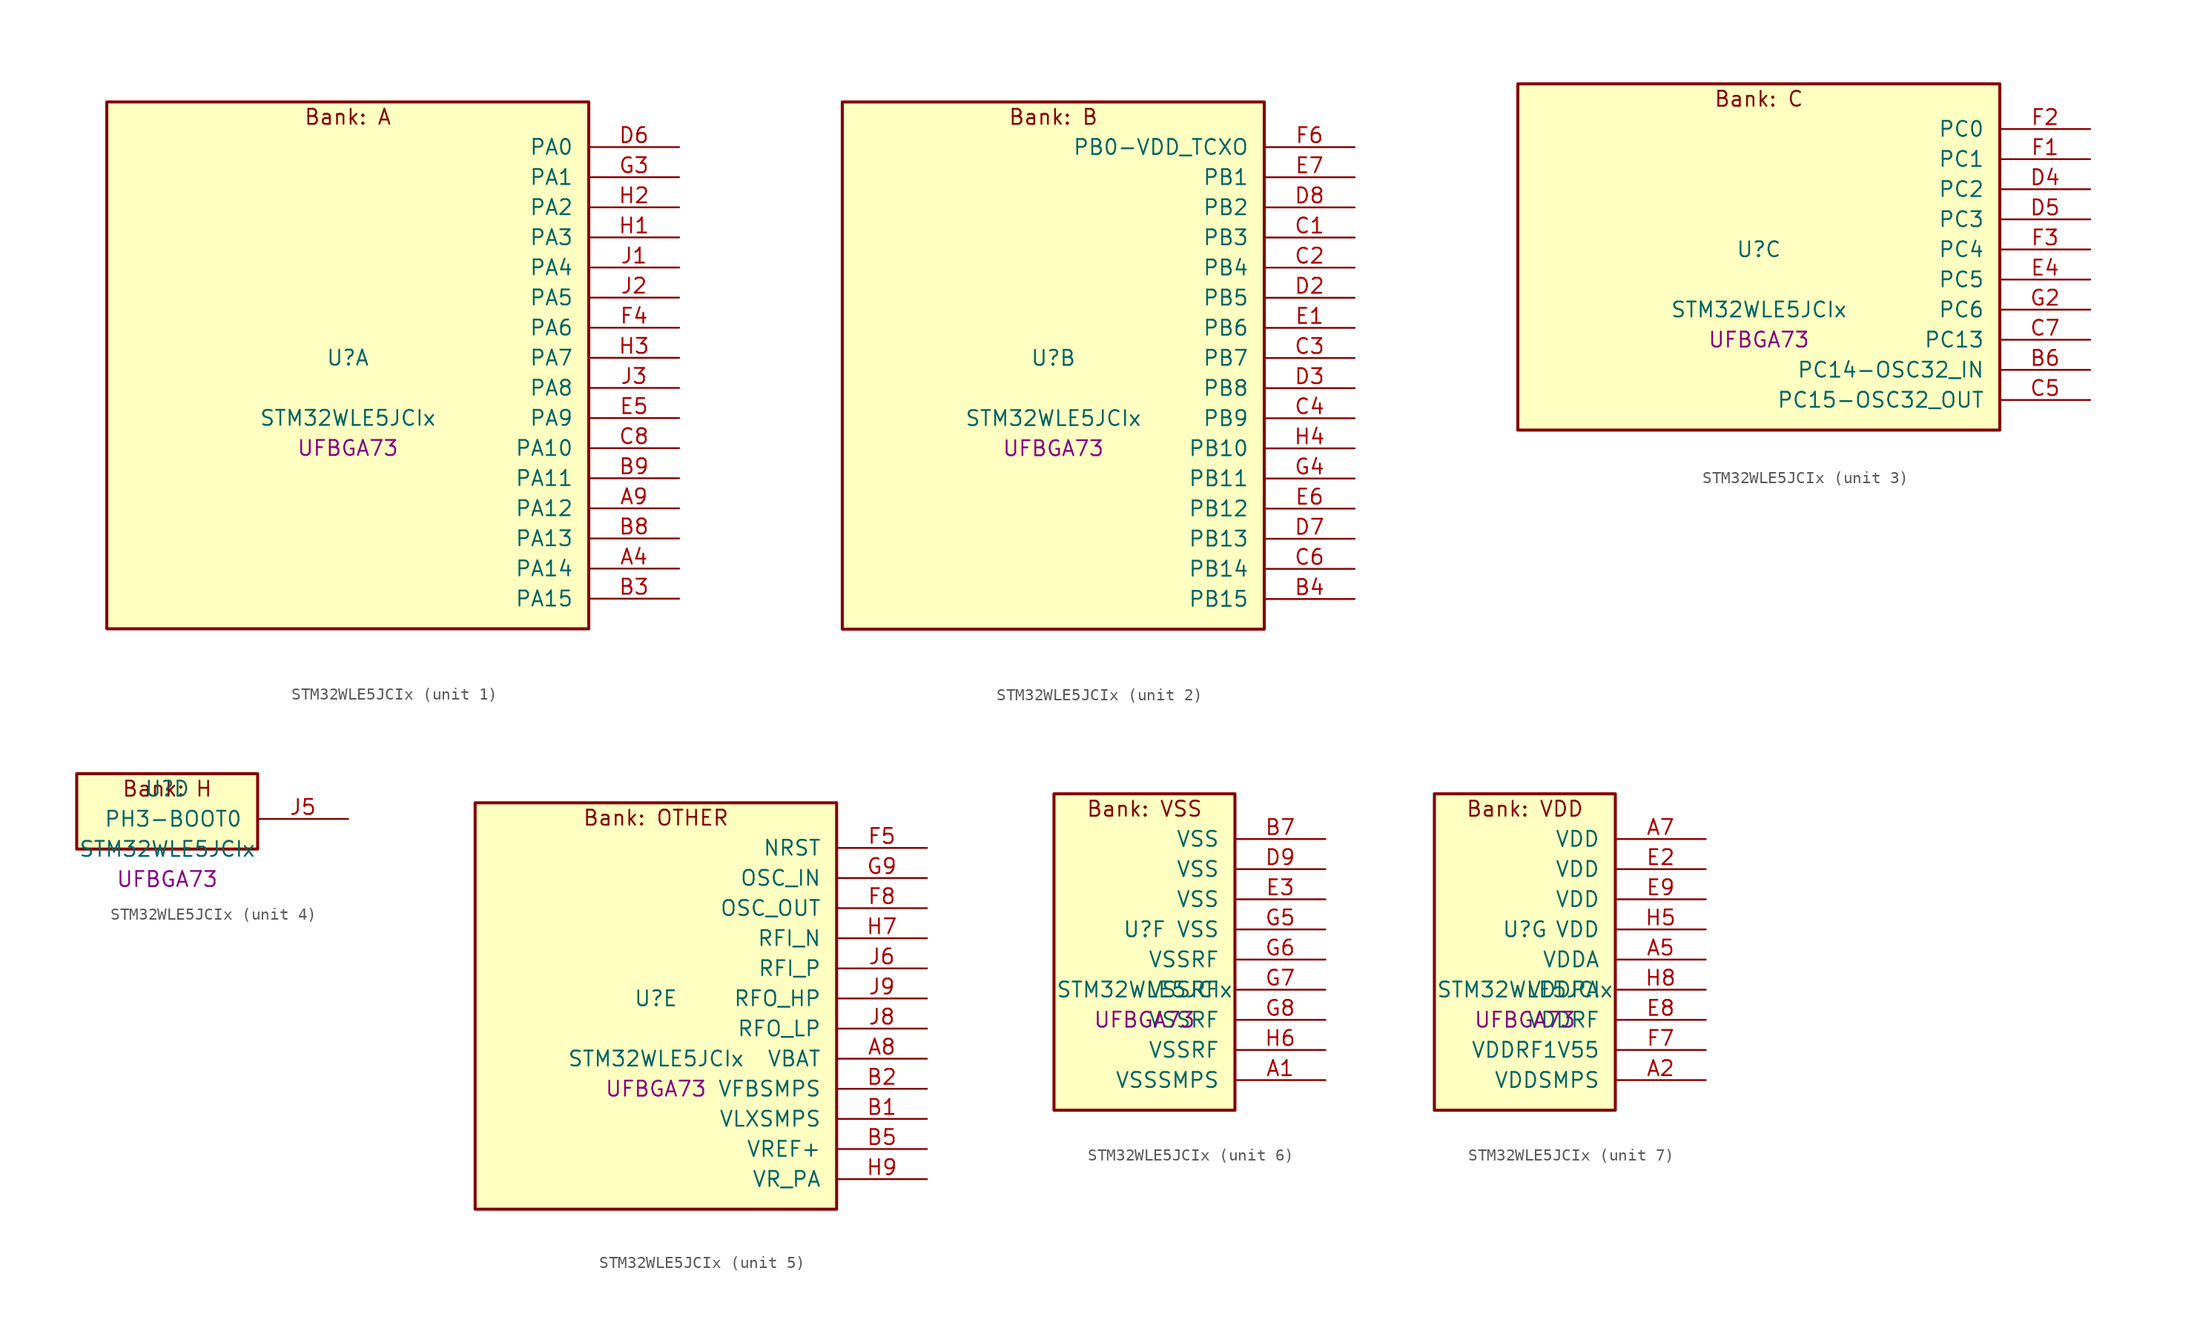
<source format=kicad_sym>
(kicad_symbol_lib
  (version 20241209)
  (generator "stm32_pkl_generator")
  (generator_version "1.0")
  (symbol "STM32WLE5JCIx"
    (pin_names
      (offset 1.27))
    (property "Reference" "U"
      (at 0 2.54 0))
    (property "Value" "STM32WLE5JCIx"
      (at 0 -2.54 0))
    (property "Footprint" "UFBGA73"
      (at 0 -5.08 0))
    (symbol "STM32WLE5JCIx_1_1"
      (rectangle (start -20.32 24.13) (end 20.32 -20.32) (stroke (width 0.254) (type solid)) (fill (type background)))
      (text "Bank: A" (at 0 22.86 0))
      (pin bidirectional line (at 27.94 20.32 180) (length 7.62) (name "PA0") (number "D6") (alternate "PA0/COMP1_OUT" bidirectional line) (alternate "PA0/DEBUG_PWR-REGLP1S" bidirectional line) (alternate "PA0/I2C3_SMBA" bidirectional line) (alternate "PA0/I2S_CKIN" bidirectional line) (alternate "PA0/PWR_WKUP1" bidirectional line) (alternate "PA0/RTC_TAMP_IN2" bidirectional line) (alternate "PA0/TIM2_CH1" bidirectional line) (alternate "PA0/TIM2_ETR" bidirectional line) (alternate "PA0/USART2_CTS" bidirectional line) (alternate "PA0/USART2_NSS" bidirectional line))
      (pin bidirectional line (at 27.94 17.78 180) (length 7.62) (name "PA1") (number "G3") (alternate "PA1/DEBUG_PWR-REGLP2S" bidirectional line) (alternate "PA1/I2C1_SMBA" bidirectional line) (alternate "PA1/LPTIM3_OUT" bidirectional line) (alternate "PA1/LPUART1_RTS" bidirectional line) (alternate "PA1/SPI1_SCK" bidirectional line) (alternate "PA1/TIM2_CH2" bidirectional line) (alternate "PA1/USART2_DE" bidirectional line) (alternate "PA1/USART2_RTS" bidirectional line))
      (pin bidirectional line (at 27.94 15.24 180) (length 7.62) (name "PA2") (number "H2") (alternate "PA2/COMP2_OUT" bidirectional line) (alternate "PA2/DEBUG_PWR-LDORDY" bidirectional line) (alternate "PA2/LPUART1_TX" bidirectional line) (alternate "PA2/RCC_LSCO" bidirectional line) (alternate "PA2/TIM2_CH3" bidirectional line) (alternate "PA2/USART2_TX" bidirectional line))
      (pin bidirectional line (at 27.94 12.7 180) (length 7.62) (name "PA3") (number "H1") (alternate "PA3/I2S2_MCK" bidirectional line) (alternate "PA3/LPUART1_RX" bidirectional line) (alternate "PA3/TIM2_CH4" bidirectional line) (alternate "PA3/USART2_RX" bidirectional line))
      (pin bidirectional line (at 27.94 10.16 180) (length 7.62) (name "PA4") (number "J1") (alternate "PA4/DEBUG_SUBGHZSPI-NSSOUT" bidirectional line) (alternate "PA4/LPTIM1_OUT" bidirectional line) (alternate "PA4/LPTIM2_OUT" bidirectional line) (alternate "PA4/RTC_OUT2" bidirectional line) (alternate "PA4/SPI1_NSS" bidirectional line) (alternate "PA4/USART2_CK" bidirectional line))
      (pin bidirectional line (at 27.94 7.62 180) (length 7.62) (name "PA5") (number "J2") (alternate "PA5/DEBUG_SUBGHZSPI-SCKOUT" bidirectional line) (alternate "PA5/LPTIM2_ETR" bidirectional line) (alternate "PA5/SPI1_SCK" bidirectional line) (alternate "PA5/SPI2_MISO" bidirectional line) (alternate "PA5/TIM2_CH1" bidirectional line) (alternate "PA5/TIM2_ETR" bidirectional line))
      (pin bidirectional line (at 27.94 5.08 180) (length 7.62) (name "PA6") (number "F4") (alternate "PA6/DEBUG_SUBGHZSPI-MISOOUT" bidirectional line) (alternate "PA6/I2C2_SMBA" bidirectional line) (alternate "PA6/LPUART1_CTS" bidirectional line) (alternate "PA6/SPI1_MISO" bidirectional line) (alternate "PA6/TIM16_CH1" bidirectional line) (alternate "PA6/TIM1_BKIN" bidirectional line))
      (pin bidirectional line (at 27.94 2.54 180) (length 7.62) (name "PA7") (number "H3") (alternate "PA7/COMP2_OUT" bidirectional line) (alternate "PA7/DEBUG_SUBGHZSPI-MOSIOUT" bidirectional line) (alternate "PA7/I2C3_SCL" bidirectional line) (alternate "PA7/SPI1_MOSI" bidirectional line) (alternate "PA7/TIM17_CH1" bidirectional line) (alternate "PA7/TIM1_CH1N" bidirectional line))
      (pin bidirectional line (at 27.94 0 180) (length 7.62) (name "PA8") (number "J3") (alternate "PA8/I2S2_CK" bidirectional line) (alternate "PA8/LPTIM2_OUT" bidirectional line) (alternate "PA8/RCC_MCO" bidirectional line) (alternate "PA8/SPI2_SCK" bidirectional line) (alternate "PA8/TIM1_CH1" bidirectional line) (alternate "PA8/USART1_CK" bidirectional line))
      (pin bidirectional line (at 27.94 -2.54 180) (length 7.62) (name "PA9") (number "E5") (alternate "PA9/DAC_EXTI9" bidirectional line) (alternate "PA9/I2C1_SCL" bidirectional line) (alternate "PA9/I2S2_CK" bidirectional line) (alternate "PA9/I2S2_WS" bidirectional line) (alternate "PA9/SPI2_NSS" bidirectional line) (alternate "PA9/SPI2_SCK" bidirectional line) (alternate "PA9/TIM1_CH2" bidirectional line) (alternate "PA9/USART1_TX" bidirectional line))
      (pin bidirectional line (at 27.94 -5.08 180) (length 7.62) (name "PA10") (number "C8") (alternate "PA10/ADC_IN6" bidirectional line) (alternate "PA10/COMP1_INM" bidirectional line) (alternate "PA10/COMP2_INM" bidirectional line) (alternate "PA10/DAC_OUT1" bidirectional line) (alternate "PA10/DEBUG_RF-HSE32RDY" bidirectional line) (alternate "PA10/I2C1_SDA" bidirectional line) (alternate "PA10/I2S2_SD" bidirectional line) (alternate "PA10/RTC_REFIN" bidirectional line) (alternate "PA10/SPI2_MOSI" bidirectional line) (alternate "PA10/TIM17_BKIN" bidirectional line) (alternate "PA10/TIM1_CH3" bidirectional line) (alternate "PA10/USART1_RX" bidirectional line))
      (pin bidirectional line (at 27.94 -7.62 180) (length 7.62) (name "PA11") (number "B9") (alternate "PA11/ADC_EXTI11" bidirectional line) (alternate "PA11/ADC_IN7" bidirectional line) (alternate "PA11/COMP1_INM" bidirectional line) (alternate "PA11/COMP2_INM" bidirectional line) (alternate "PA11/DEBUG_RF-NRESET" bidirectional line) (alternate "PA11/I2C2_SDA" bidirectional line) (alternate "PA11/LPTIM3_ETR" bidirectional line) (alternate "PA11/SPI1_MISO" bidirectional line) (alternate "PA11/TIM1_BKIN2" bidirectional line) (alternate "PA11/TIM1_CH4" bidirectional line) (alternate "PA11/USART1_CTS" bidirectional line) (alternate "PA11/USART1_NSS" bidirectional line))
      (pin bidirectional line (at 27.94 -10.16 180) (length 7.62) (name "PA12") (number "A9") (alternate "PA12/ADC_IN8" bidirectional line) (alternate "PA12/DEBUG_RF-BUSY" bidirectional line) (alternate "PA12/I2C2_SCL" bidirectional line) (alternate "PA12/LPTIM3_IN1" bidirectional line) (alternate "PA12/SPI1_MOSI" bidirectional line) (alternate "PA12/TIM1_ETR" bidirectional line) (alternate "PA12/USART1_DE" bidirectional line) (alternate "PA12/USART1_RTS" bidirectional line))
      (pin bidirectional line (at 27.94 -12.7 180) (length 7.62) (name "PA13") (number "B8") (alternate "PA13/ADC_IN9" bidirectional line) (alternate "PA13/DEBUG_JTMS-SWDIO" bidirectional line) (alternate "PA13/I2C2_SMBA" bidirectional line) (alternate "PA13/IR_OUT" bidirectional line))
      (pin bidirectional line (at 27.94 -15.24 180) (length 7.62) (name "PA14") (number "A4") (alternate "PA14/ADC_IN10" bidirectional line) (alternate "PA14/DEBUG_JTCK-SWCLK" bidirectional line) (alternate "PA14/I2C1_SMBA" bidirectional line) (alternate "PA14/LPTIM1_OUT" bidirectional line))
      (pin bidirectional line (at 27.94 -17.78 180) (length 7.62) (name "PA15") (number "B3") (alternate "PA15/ADC_IN11" bidirectional line) (alternate "PA15/COMP1_INM" bidirectional line) (alternate "PA15/COMP2_INP" bidirectional line) (alternate "PA15/DEBUG_JTDI" bidirectional line) (alternate "PA15/I2C2_SDA" bidirectional line) (alternate "PA15/SPI1_NSS" bidirectional line) (alternate "PA15/TIM2_CH1" bidirectional line) (alternate "PA15/TIM2_ETR" bidirectional line)))
    (symbol "STM32WLE5JCIx_2_1"
      (rectangle (start -17.78 24.13) (end 17.78 -20.32) (stroke (width 0.254) (type solid)) (fill (type background)))
      (text "Bank: B" (at 0 22.86 0))
      (pin bidirectional line (at 25.4 20.32 180) (length 7.62) (name "PB0-VDD_TCXO") (number "F6") (alternate "PB0-VDD_TCXO/COMP1_OUT" bidirectional line) (alternate "PB0-VDD_TCXO/VDDTCXO" bidirectional line))
      (pin bidirectional line (at 25.4 17.78 180) (length 7.62) (name "PB1") (number "E7") (alternate "PB1/ADC_IN5" bidirectional line) (alternate "PB1/COMP2_INP" bidirectional line) (alternate "PB1/LPTIM2_IN1" bidirectional line) (alternate "PB1/LPUART1_DE" bidirectional line) (alternate "PB1/LPUART1_RTS" bidirectional line))
      (pin bidirectional line (at 25.4 15.24 180) (length 7.62) (name "PB2") (number "D8") (alternate "PB2/ADC_IN4" bidirectional line) (alternate "PB2/COMP1_INP" bidirectional line) (alternate "PB2/COMP2_INM" bidirectional line) (alternate "PB2/DEBUG_RF-SMPSRDY" bidirectional line) (alternate "PB2/I2C3_SMBA" bidirectional line) (alternate "PB2/LPTIM1_OUT" bidirectional line) (alternate "PB2/SPI1_NSS" bidirectional line))
      (pin bidirectional line (at 25.4 12.7 180) (length 7.62) (name "PB3") (number "C1") (alternate "PB3/ADC_IN2" bidirectional line) (alternate "PB3/COMP1_INM" bidirectional line) (alternate "PB3/COMP2_INM" bidirectional line) (alternate "PB3/DEBUG_JTDO-SWO" bidirectional line) (alternate "PB3/DEBUG_RF-DTB1" bidirectional line) (alternate "PB3/PWR_WKUP3" bidirectional line) (alternate "PB3/RTC_TAMP_IN3" bidirectional line) (alternate "PB3/SPI1_SCK" bidirectional line) (alternate "PB3/TIM2_CH2" bidirectional line) (alternate "PB3/USART1_DE" bidirectional line) (alternate "PB3/USART1_RTS" bidirectional line))
      (pin bidirectional line (at 25.4 10.16 180) (length 7.62) (name "PB4") (number "C2") (alternate "PB4/ADC_IN3" bidirectional line) (alternate "PB4/COMP1_INP" bidirectional line) (alternate "PB4/COMP2_INP" bidirectional line) (alternate "PB4/DEBUG_JTRST" bidirectional line) (alternate "PB4/DEBUG_RF-LDORDY" bidirectional line) (alternate "PB4/I2C3_SDA" bidirectional line) (alternate "PB4/SPI1_MISO" bidirectional line) (alternate "PB4/TIM17_BKIN" bidirectional line) (alternate "PB4/USART1_CTS" bidirectional line) (alternate "PB4/USART1_NSS" bidirectional line))
      (pin bidirectional line (at 25.4 7.62 180) (length 7.62) (name "PB5") (number "D2") (alternate "PB5/COMP2_OUT" bidirectional line) (alternate "PB5/I2C1_SMBA" bidirectional line) (alternate "PB5/LPTIM1_IN1" bidirectional line) (alternate "PB5/SPI1_MOSI" bidirectional line) (alternate "PB5/TIM16_BKIN" bidirectional line) (alternate "PB5/USART1_CK" bidirectional line))
      (pin bidirectional line (at 25.4 5.08 180) (length 7.62) (name "PB6") (number "E1") (alternate "PB6/I2C1_SCL" bidirectional line) (alternate "PB6/LPTIM1_ETR" bidirectional line) (alternate "PB6/TIM16_CH1N" bidirectional line) (alternate "PB6/USART1_TX" bidirectional line))
      (pin bidirectional line (at 25.4 2.54 180) (length 7.62) (name "PB7") (number "C3") (alternate "PB7/I2C1_SDA" bidirectional line) (alternate "PB7/LPTIM1_IN2" bidirectional line) (alternate "PB7/PWR_PVD_IN" bidirectional line) (alternate "PB7/TIM17_CH1N" bidirectional line) (alternate "PB7/TIM1_BKIN" bidirectional line) (alternate "PB7/USART1_RX" bidirectional line))
      (pin bidirectional line (at 25.4 0 180) (length 7.62) (name "PB8") (number "D3") (alternate "PB8/I2C1_SCL" bidirectional line) (alternate "PB8/TIM16_CH1" bidirectional line) (alternate "PB8/TIM1_CH2N" bidirectional line))
      (pin bidirectional line (at 25.4 -2.54 180) (length 7.62) (name "PB9") (number "C4") (alternate "PB9/DAC_EXTI9" bidirectional line) (alternate "PB9/I2C1_SDA" bidirectional line) (alternate "PB9/I2S2_WS" bidirectional line) (alternate "PB9/IR_OUT" bidirectional line) (alternate "PB9/SPI2_NSS" bidirectional line) (alternate "PB9/TIM17_CH1" bidirectional line) (alternate "PB9/TIM1_CH3N" bidirectional line))
      (pin bidirectional line (at 25.4 -5.08 180) (length 7.62) (name "PB10") (number "H4") (alternate "PB10/COMP1_OUT" bidirectional line) (alternate "PB10/I2C3_SCL" bidirectional line) (alternate "PB10/I2S2_CK" bidirectional line) (alternate "PB10/LPUART1_RX" bidirectional line) (alternate "PB10/SPI2_SCK" bidirectional line) (alternate "PB10/TIM2_CH3" bidirectional line))
      (pin bidirectional line (at 25.4 -7.62 180) (length 7.62) (name "PB11") (number "G4") (alternate "PB11/ADC_EXTI11" bidirectional line) (alternate "PB11/COMP2_OUT" bidirectional line) (alternate "PB11/I2C3_SDA" bidirectional line) (alternate "PB11/LPUART1_TX" bidirectional line) (alternate "PB11/TIM2_CH4" bidirectional line))
      (pin bidirectional line (at 25.4 -10.16 180) (length 7.62) (name "PB12") (number "E6") (alternate "PB12/I2C3_SMBA" bidirectional line) (alternate "PB12/I2S2_WS" bidirectional line) (alternate "PB12/LPUART1_RTS" bidirectional line) (alternate "PB12/SPI2_NSS" bidirectional line) (alternate "PB12/TIM1_BKIN" bidirectional line))
      (pin bidirectional line (at 25.4 -12.7 180) (length 7.62) (name "PB13") (number "D7") (alternate "PB13/ADC_IN0" bidirectional line) (alternate "PB13/I2C3_SCL" bidirectional line) (alternate "PB13/I2S2_CK" bidirectional line) (alternate "PB13/LPUART1_CTS" bidirectional line) (alternate "PB13/SPI2_SCK" bidirectional line) (alternate "PB13/TIM1_CH1N" bidirectional line))
      (pin bidirectional line (at 25.4 -15.24 180) (length 7.62) (name "PB14") (number "C6") (alternate "PB14/ADC_IN1" bidirectional line) (alternate "PB14/I2C3_SDA" bidirectional line) (alternate "PB14/I2S2_MCK" bidirectional line) (alternate "PB14/SPI2_MISO" bidirectional line) (alternate "PB14/TIM1_CH2N" bidirectional line))
      (pin bidirectional line (at 25.4 -17.78 180) (length 7.62) (name "PB15") (number "B4") (alternate "PB15/I2C2_SCL" bidirectional line) (alternate "PB15/I2S2_SD" bidirectional line) (alternate "PB15/SPI2_MOSI" bidirectional line) (alternate "PB15/TIM1_CH3N" bidirectional line)))
    (symbol "STM32WLE5JCIx_3_1"
      (rectangle (start -20.32 16.51) (end 20.32 -12.7) (stroke (width 0.254) (type solid)) (fill (type background)))
      (text "Bank: C" (at 0 15.24 0))
      (pin bidirectional line (at 27.94 12.7 180) (length 7.62) (name "PC0") (number "F2") (alternate "PC0/I2C3_SCL" bidirectional line) (alternate "PC0/LPTIM1_IN1" bidirectional line) (alternate "PC0/LPTIM2_IN1" bidirectional line) (alternate "PC0/LPUART1_RX" bidirectional line))
      (pin bidirectional line (at 27.94 10.16 180) (length 7.62) (name "PC1") (number "F1") (alternate "PC1/I2C3_SDA" bidirectional line) (alternate "PC1/I2S2_SD" bidirectional line) (alternate "PC1/LPTIM1_OUT" bidirectional line) (alternate "PC1/LPUART1_TX" bidirectional line) (alternate "PC1/SPI2_MOSI" bidirectional line))
      (pin bidirectional line (at 27.94 7.62 180) (length 7.62) (name "PC2") (number "D4") (alternate "PC2/LPTIM1_IN2" bidirectional line) (alternate "PC2/SPI2_MISO" bidirectional line))
      (pin bidirectional line (at 27.94 5.08 180) (length 7.62) (name "PC3") (number "D5") (alternate "PC3/I2S2_SD" bidirectional line) (alternate "PC3/LPTIM1_ETR" bidirectional line) (alternate "PC3/LPTIM2_ETR" bidirectional line) (alternate "PC3/SPI2_MOSI" bidirectional line))
      (pin bidirectional line (at 27.94 2.54 180) (length 7.62) (name "PC4") (number "F3"))
      (pin bidirectional line (at 27.94 0 180) (length 7.62) (name "PC5") (number "E4"))
      (pin bidirectional line (at 27.94 -2.54 180) (length 7.62) (name "PC6") (number "G2") (alternate "PC6/I2S2_MCK" bidirectional line))
      (pin bidirectional line (at 27.94 -5.08 180) (length 7.62) (name "PC13") (number "C7") (alternate "PC13/PWR_WKUP2" bidirectional line) (alternate "PC13/RTC_OUT1" bidirectional line) (alternate "PC13/RTC_TAMP_IN1" bidirectional line) (alternate "PC13/RTC_TS" bidirectional line))
      (pin bidirectional line (at 27.94 -7.62 180) (length 7.62) (name "PC14-OSC32_IN") (number "B6") (alternate "PC14-OSC32_IN/RCC_OSC32_IN" bidirectional line))
      (pin bidirectional line (at 27.94 -10.16 180) (length 7.62) (name "PC15-OSC32_OUT") (number "C5") (alternate "PC15-OSC32_OUT/RCC_OSC32_OUT" bidirectional line)))
    (symbol "STM32WLE5JCIx_4_1"
      (rectangle (start -7.62 3.81) (end 7.62 -2.54) (stroke (width 0.254) (type solid)) (fill (type background)))
      (text "Bank: H" (at 0 2.54 0))
      (pin bidirectional line (at 15.24 0 180) (length 7.62) (name "PH3-BOOT0") (number "J5")))
    (symbol "STM32WLE5JCIx_5_1"
      (rectangle (start -15.24 19.05) (end 15.24 -15.24) (stroke (width 0.254) (type solid)) (fill (type background)))
      (text "Bank: OTHER" (at 0 17.78 0))
      (pin input line (at 22.86 15.24 180) (length 7.62) (name "NRST") (number "F5"))
      (pin bidirectional line (at 22.86 12.7 180) (length 7.62) (name "OSC_IN") (number "G9") (alternate "OSC_IN/RCC_OSC_IN" bidirectional line))
      (pin bidirectional line (at 22.86 10.16 180) (length 7.62) (name "OSC_OUT") (number "F8") (alternate "OSC_OUT/RCC_OSC_OUT" bidirectional line))
      (pin bidirectional line (at 22.86 7.62 180) (length 7.62) (name "RFI_N") (number "H7"))
      (pin bidirectional line (at 22.86 5.08 180) (length 7.62) (name "RFI_P") (number "J6"))
      (pin bidirectional line (at 22.86 2.54 180) (length 7.62) (name "RFO_HP") (number "J9"))
      (pin bidirectional line (at 22.86 0 180) (length 7.62) (name "RFO_LP") (number "J8"))
      (pin power_in line (at 22.86 -2.54 180) (length 7.62) (name "VBAT") (number "A8"))
      (pin power_in line (at 22.86 -5.08 180) (length 7.62) (name "VFBSMPS") (number "B2"))
      (pin power_in line (at 22.86 -7.62 180) (length 7.62) (name "VLXSMPS") (number "B1"))
      (pin bidirectional line (at 22.86 -10.16 180) (length 7.62) (name "VREF+") (number "B5") (alternate "VREF+/VREFBUF_OUT" bidirectional line))
      (pin power_in line (at 22.86 -12.7 180) (length 7.62) (name "VR_PA") (number "H9")))
    (symbol "STM32WLE5JCIx_6_1"
      (rectangle (start -7.62 13.97) (end 7.62 -12.7) (stroke (width 0.254) (type solid)) (fill (type background)))
      (text "Bank: VSS" (at 0 12.7 0))
      (pin power_in line (at 15.24 10.16 180) (length 7.62) (name "VSS") (number "B7"))
      (pin power_in line (at 15.24 7.62 180) (length 7.62) (name "VSS") (number "D9"))
      (pin power_in line (at 15.24 5.08 180) (length 7.62) (name "VSS") (number "E3"))
      (pin power_in line (at 15.24 2.54 180) (length 7.62) (name "VSS") (number "G5"))
      (pin power_in line (at 15.24 0 180) (length 7.62) (name "VSSRF") (number "G6"))
      (pin power_in line (at 15.24 -2.54 180) (length 7.62) (name "VSSRF") (number "G7"))
      (pin power_in line (at 15.24 -5.08 180) (length 7.62) (name "VSSRF") (number "G8"))
      (pin power_in line (at 15.24 -7.62 180) (length 7.62) (name "VSSRF") (number "H6"))
      (pin power_in line (at 15.24 -10.16 180) (length 7.62) (name "VSSSMPS") (number "A1")))
    (symbol "STM32WLE5JCIx_7_1"
      (rectangle (start -7.62 13.97) (end 7.62 -12.7) (stroke (width 0.254) (type solid)) (fill (type background)))
      (text "Bank: VDD" (at 0 12.7 0))
      (pin power_in line (at 15.24 10.16 180) (length 7.62) (name "VDD") (number "A7"))
      (pin power_in line (at 15.24 7.62 180) (length 7.62) (name "VDD") (number "E2"))
      (pin power_in line (at 15.24 5.08 180) (length 7.62) (name "VDD") (number "E9"))
      (pin power_in line (at 15.24 2.54 180) (length 7.62) (name "VDD") (number "H5"))
      (pin power_in line (at 15.24 0 180) (length 7.62) (name "VDDA") (number "A5"))
      (pin power_in line (at 15.24 -2.54 180) (length 7.62) (name "VDDPA") (number "H8"))
      (pin power_in line (at 15.24 -5.08 180) (length 7.62) (name "VDDRF") (number "E8"))
      (pin power_in line (at 15.24 -7.62 180) (length 7.62) (name "VDDRF1V55") (number "F7"))
      (pin power_in line (at 15.24 -10.16 180) (length 7.62) (name "VDDSMPS") (number "A2")))))
</source>
